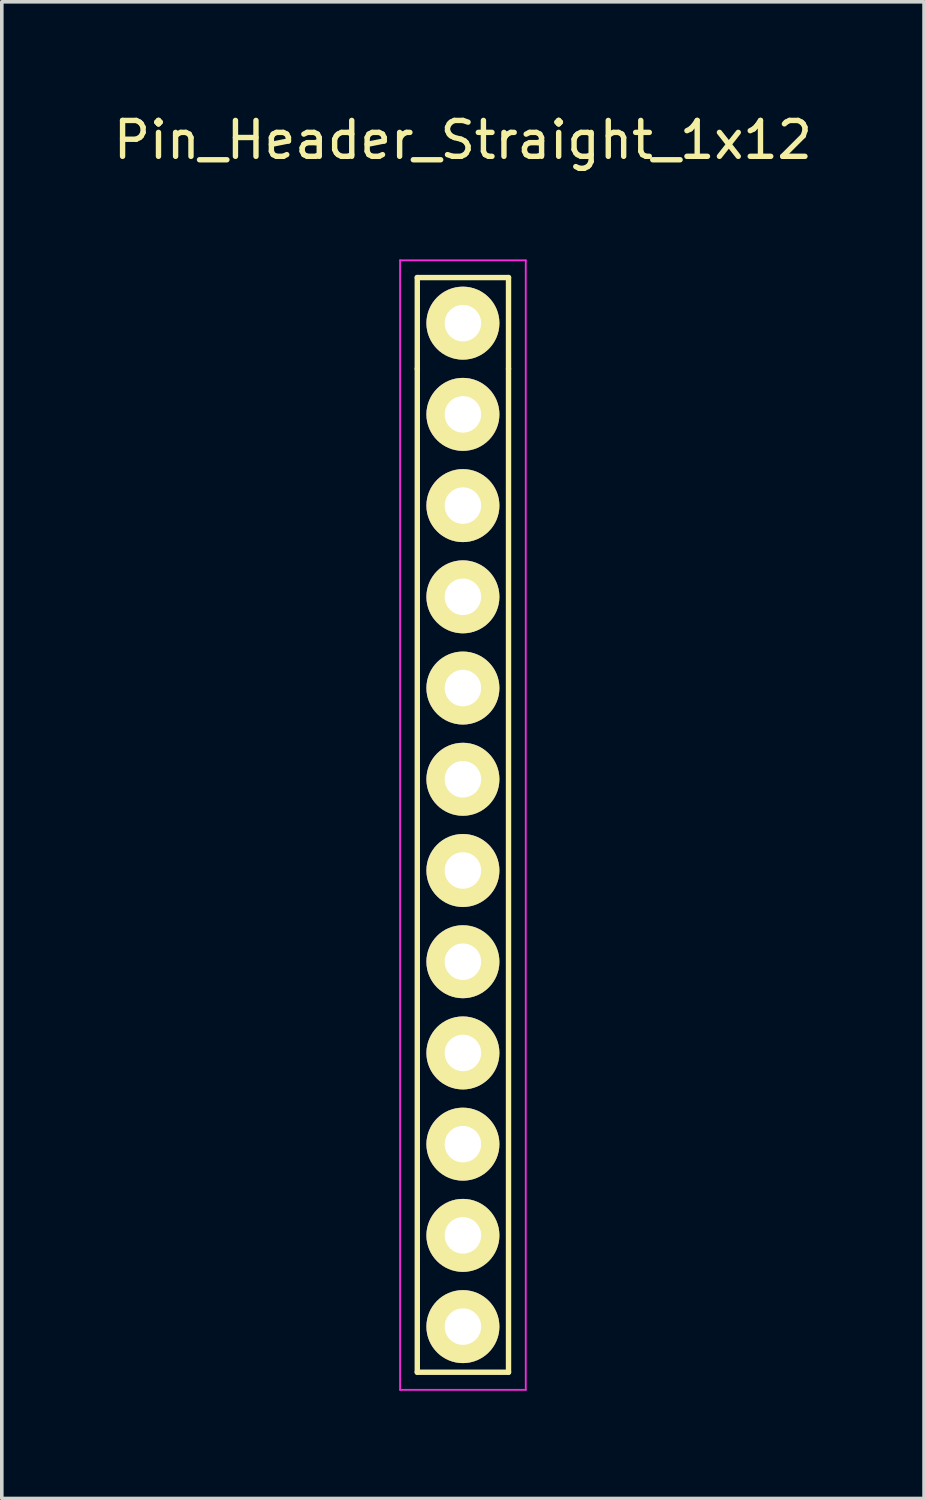
<source format=kicad_pcb>
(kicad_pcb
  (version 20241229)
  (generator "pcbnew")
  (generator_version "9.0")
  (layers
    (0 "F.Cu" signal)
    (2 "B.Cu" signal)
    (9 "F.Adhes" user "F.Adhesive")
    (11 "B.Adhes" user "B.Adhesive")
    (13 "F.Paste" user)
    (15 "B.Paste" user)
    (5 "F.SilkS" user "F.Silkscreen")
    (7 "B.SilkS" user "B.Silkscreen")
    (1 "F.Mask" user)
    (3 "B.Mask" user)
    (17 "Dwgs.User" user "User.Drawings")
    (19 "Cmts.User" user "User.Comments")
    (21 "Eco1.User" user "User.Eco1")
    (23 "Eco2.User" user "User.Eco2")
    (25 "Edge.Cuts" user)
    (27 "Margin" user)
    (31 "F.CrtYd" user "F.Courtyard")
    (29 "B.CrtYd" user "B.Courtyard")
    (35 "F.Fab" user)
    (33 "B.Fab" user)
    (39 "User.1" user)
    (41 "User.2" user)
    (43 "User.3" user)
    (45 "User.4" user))
  (footprint "Pin_Header_Straight_1x12"
    (layer "F.Cu")
    (at 9.839 5.948)
    (property "Reference" "Pin_Header_Straight_1x12" (at 0 -5.1 0) (layer "F.SilkS") (effects (font (size 1 1) (thickness 0.15))))
    (attr through_hole)
    (fp_line (start -1.27 -1.27) (end 1.27 -1.27) (stroke (width 0.15) (type solid)) (layer "F.SilkS"))
    (fp_line (start -1.27 1.27) (end -1.27 -1.27) (stroke (width 0.15) (type solid)) (layer "F.SilkS"))
    (fp_line (start -1.27 29.21) (end -1.27 1.27) (stroke (width 0.15) (type solid)) (layer "F.SilkS"))
    (fp_line (start 1.27 -1.27) (end 1.27 1.27) (stroke (width 0.15) (type solid)) (layer "F.SilkS"))
    (fp_line (start 1.27 1.27) (end 1.27 29.21) (stroke (width 0.15) (type solid)) (layer "F.SilkS"))
    (fp_line (start 1.27 29.21) (end -1.27 29.21) (stroke (width 0.15) (type solid)) (layer "F.SilkS"))
    (fp_line (start -1.75 -1.75) (end -1.75 29.7) (stroke (width 0.05) (type solid)) (layer "F.CrtYd"))
    (fp_line (start -1.75 -1.75) (end 1.75 -1.75) (stroke (width 0.05) (type solid)) (layer "F.CrtYd"))
    (fp_line (start -1.75 29.7) (end 1.75 29.7) (stroke (width 0.05) (type solid)) (layer "F.CrtYd"))
    (fp_line (start 1.75 -1.75) (end 1.75 29.7) (stroke (width 0.05) (type solid)) (layer "F.CrtYd"))
    (pad "1" thru_hole circle (at 0 0) (size 2.032 2.032) (drill 1.016) (layers "*.Cu" "*.Mask" "F.SilkS"))
    (pad "2" thru_hole circle (at 0 2.54) (size 2.032 2.032) (drill 1.016) (layers "*.Cu" "*.Mask" "F.SilkS"))
    (pad "3" thru_hole circle (at 0 5.08) (size 2.032 2.032) (drill 1.016) (layers "*.Cu" "*.Mask" "F.SilkS"))
    (pad "4" thru_hole circle (at 0 7.62) (size 2.032 2.032) (drill 1.016) (layers "*.Cu" "*.Mask" "F.SilkS"))
    (pad "5" thru_hole circle (at 0 10.16) (size 2.032 2.032) (drill 1.016) (layers "*.Cu" "*.Mask" "F.SilkS"))
    (pad "6" thru_hole circle (at 0 12.7) (size 2.032 2.032) (drill 1.016) (layers "*.Cu" "*.Mask" "F.SilkS"))
    (pad "7" thru_hole circle (at 0 15.24) (size 2.032 2.032) (drill 1.016) (layers "*.Cu" "*.Mask" "F.SilkS"))
    (pad "8" thru_hole circle (at 0 17.78) (size 2.032 2.032) (drill 1.016) (layers "*.Cu" "*.Mask" "F.SilkS"))
    (pad "9" thru_hole circle (at 0 20.32) (size 2.032 2.032) (drill 1.016) (layers "*.Cu" "*.Mask" "F.SilkS"))
    (pad "10" thru_hole circle (at 0 22.86) (size 2.032 2.032) (drill 1.016) (layers "*.Cu" "*.Mask" "F.SilkS"))
    (pad "11" thru_hole circle (at 0 25.4) (size 2.032 2.032) (drill 1.016) (layers "*.Cu" "*.Mask" "F.SilkS"))
    (pad "12" thru_hole circle (at 0 27.94) (size 2.032 2.032) (drill 1.016) (layers "*.Cu" "*.Mask" "F.SilkS")))
  (gr_rect
    (start -3 -3)
    (end 22.679 38.673)
    (stroke (width 0.1) (type default))
    (fill no)
    (layer "Edge.Cuts")))
</source>
